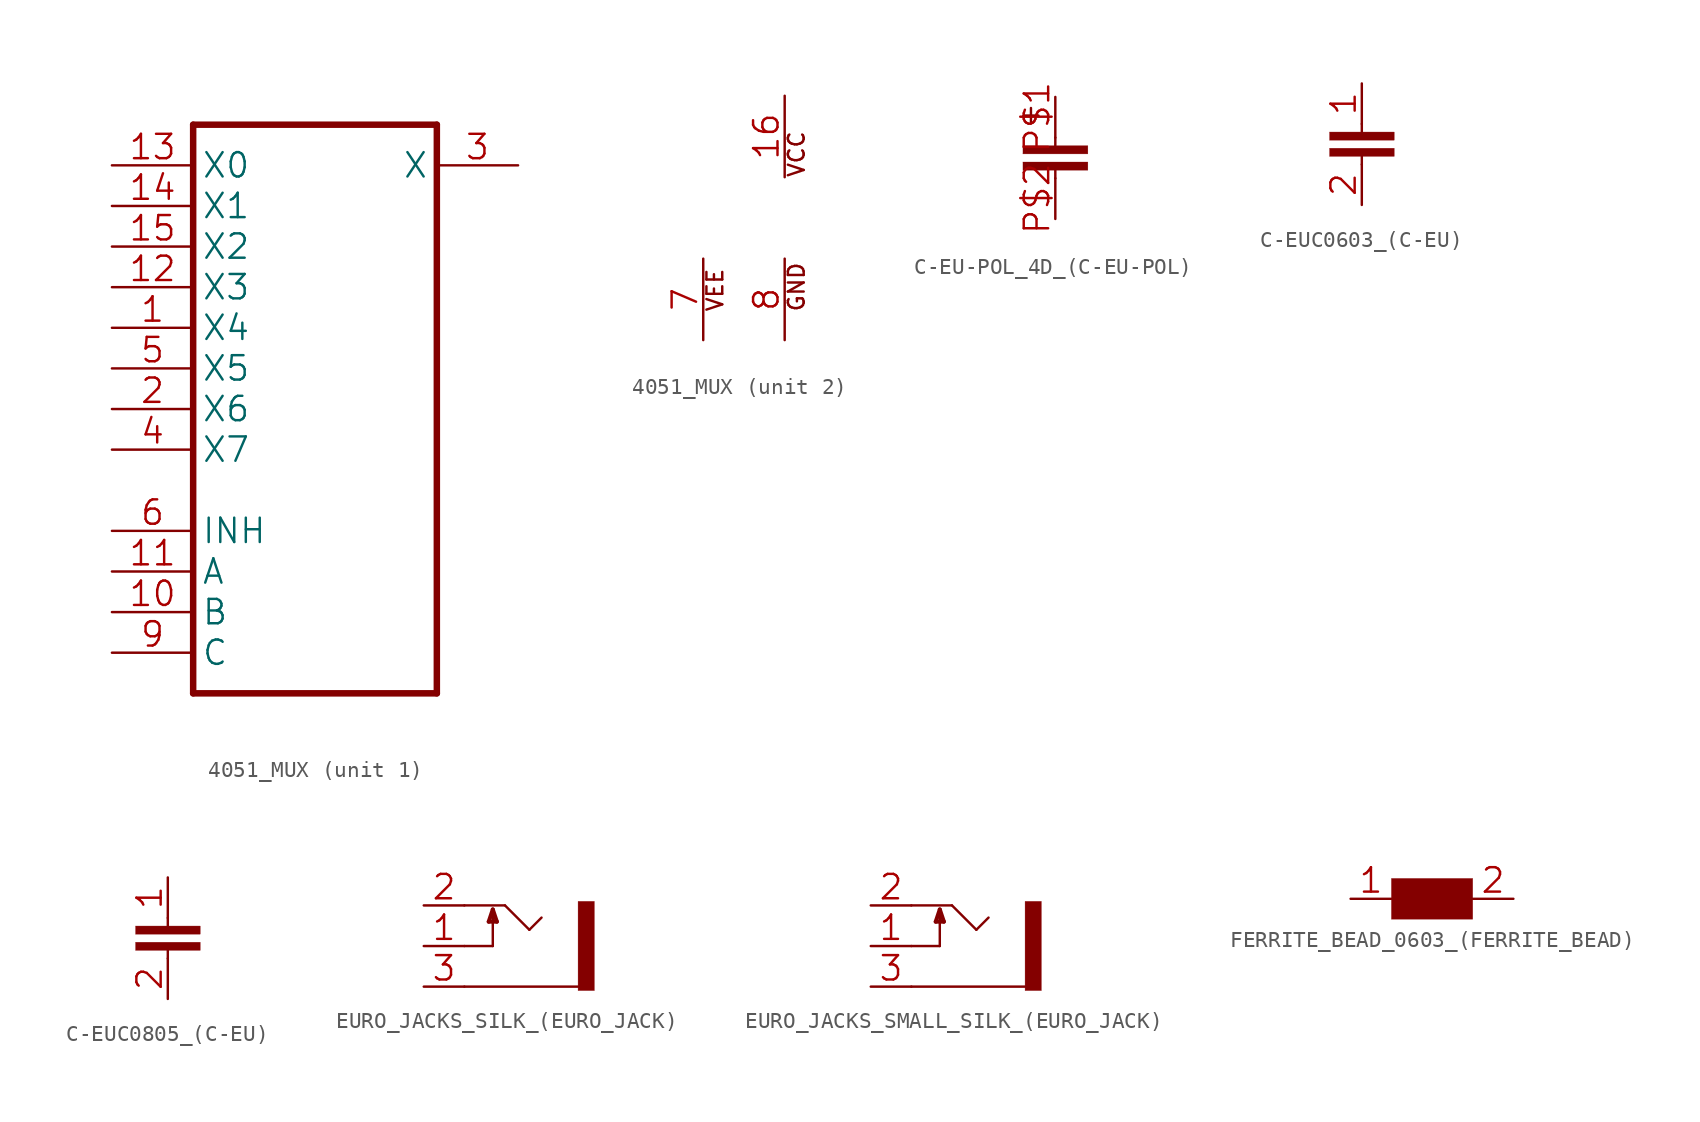
<source format=kicad_sym>
(kicad_symbol_lib
  (version 20241209)
  (generator "kicad_symbol_editor")
  (generator_version "9.0")
  (symbol "4051_MUX"
    (property "Reference" "U"
      (at 0 0 0)
      (effects (font (size 1.27 1.27)) (hide yes)))
    (property "ki_locked" ""
      (at 0 0 0)
      (effects (font (size 1.27 1.27))))
    (symbol "4051_MUX_1_0"
      (polyline (pts (xy -7.62 17.78) (xy -7.62 -17.78)) (stroke (width 0.406) (type solid)) (fill (type none)))
      (polyline (pts (xy -7.62 -17.78) (xy 7.62 -17.78)) (stroke (width 0.406) (type solid)) (fill (type none)))
      (polyline (pts (xy 7.62 17.78) (xy -7.62 17.78)) (stroke (width 0.406) (type solid)) (fill (type none)))
      (polyline (pts (xy 7.62 -17.78) (xy 7.62 17.78)) (stroke (width 0.406) (type solid)) (fill (type none)))
      (pin bidirectional line (at -12.7 15.24 0) (length 5.08) (name "X0" (effects (font (size 1.524 1.524)))) (number "13" (effects (font (size 1.524 1.524)))))
      (pin bidirectional line (at -12.7 12.7 0) (length 5.08) (name "X1" (effects (font (size 1.524 1.524)))) (number "14" (effects (font (size 1.524 1.524)))))
      (pin bidirectional line (at -12.7 10.16 0) (length 5.08) (name "X2" (effects (font (size 1.524 1.524)))) (number "15" (effects (font (size 1.524 1.524)))))
      (pin bidirectional line (at -12.7 7.62 0) (length 5.08) (name "X3" (effects (font (size 1.524 1.524)))) (number "12" (effects (font (size 1.524 1.524)))))
      (pin bidirectional line (at -12.7 5.08 0) (length 5.08) (name "X4" (effects (font (size 1.524 1.524)))) (number "1" (effects (font (size 1.524 1.524)))))
      (pin bidirectional line (at -12.7 2.54 0) (length 5.08) (name "X5" (effects (font (size 1.524 1.524)))) (number "5" (effects (font (size 1.524 1.524)))))
      (pin bidirectional line (at -12.7 0 0) (length 5.08) (name "X6" (effects (font (size 1.524 1.524)))) (number "2" (effects (font (size 1.524 1.524)))))
      (pin bidirectional line (at -12.7 -2.54 0) (length 5.08) (name "X7" (effects (font (size 1.524 1.524)))) (number "4" (effects (font (size 1.524 1.524)))))
      (pin input line (at -12.7 -7.62 0) (length 5.08) (name "INH" (effects (font (size 1.524 1.524)))) (number "6" (effects (font (size 1.524 1.524)))))
      (pin input line (at -12.7 -10.16 0) (length 5.08) (name "A" (effects (font (size 1.524 1.524)))) (number "11" (effects (font (size 1.524 1.524)))))
      (pin input line (at -12.7 -12.7 0) (length 5.08) (name "B" (effects (font (size 1.524 1.524)))) (number "10" (effects (font (size 1.524 1.524)))))
      (pin input line (at -12.7 -15.24 0) (length 5.08) (name "C" (effects (font (size 1.524 1.524)))) (number "9" (effects (font (size 1.524 1.524)))))
      (pin bidirectional line (at 12.7 15.24 180) (length 5.08) (name "X" (effects (font (size 1.524 1.524)))) (number "3" (effects (font (size 1.524 1.524))))))
    (symbol "4051_MUX_2_0"
      (text "VEE" (at -2.381 -5.913 900) (effects (font (size 0.987 0.987)) (justify left top)))
      (text "VCC" (at 2.699 2.469 900) (effects (font (size 0.987 0.987)) (justify left top)))
      (text "GND" (at 2.699 -5.913 900) (effects (font (size 0.987 0.987)) (justify left top)))
      (pin power_in line (at -2.54 -7.62 90) (length 5.08) (name "VEE" (effects (font (size 0 0)))) (number "7" (effects (font (size 1.524 1.524)))))
      (pin power_in line (at 2.54 7.62 270) (length 5.08) (name "VCC" (effects (font (size 0 0)))) (number "16" (effects (font (size 1.524 1.524)))))
      (pin power_in line (at 2.54 -7.62 90) (length 5.08) (name "GND" (effects (font (size 0 0)))) (number "8" (effects (font (size 1.524 1.524)))))))
  (symbol "C-EU-POL_4D_(C-EU-POL)"
    (property "Reference" "C"
      (at 0 0 0)
      (effects (font (size 1.27 1.27)) (hide yes)))
    (property "ki_locked" ""
      (at 0 0 0)
      (effects (font (size 1.27 1.27))))
    (symbol "C-EU-POL_4D_(C-EU-POL)_1_0"
      (polyline (pts (xy -2.032 0.762) (xy 2.032 0.762) (xy 2.032 0.254) (xy -2.032 0.254)) (stroke (width 0.002) (type solid)) (fill (type outline)))
      (polyline (pts (xy -2.032 -0.254) (xy 2.032 -0.254) (xy 2.032 -0.762) (xy -2.032 -0.762)) (stroke (width 0.002) (type solid)) (fill (type outline)))
      (polyline (pts (xy 0 1.27) (xy 0 0.762)) (stroke (width 0.152) (type solid)) (fill (type none)))
      (polyline (pts (xy 0 -1.27) (xy 0 -0.762)) (stroke (width 0.152) (type solid)) (fill (type none)))
      (text "+" (at -2.385 3.463 0) (effects (font (size 1.233 1.233)) (justify left top)))
      (pin passive line (at 0 3.81 270) (length 2.54) (name "POS" (effects (font (size 0 0)))) (number "P$1" (effects (font (size 1.524 1.524)))))
      (pin passive line (at 0 -3.81 90) (length 2.54) (name "NEG" (effects (font (size 0 0)))) (number "P$2" (effects (font (size 1.524 1.524)))))))
  (symbol "C-EUC0603_(C-EU)"
    (property "Reference" "C"
      (at 0 0 0)
      (effects (font (size 1.27 1.27)) (hide yes)))
    (property "ki_locked" ""
      (at 0 0 0)
      (effects (font (size 1.27 1.27))))
    (symbol "C-EUC0603_(C-EU)_1_0"
      (polyline (pts (xy -2.032 0.762) (xy 2.032 0.762) (xy 2.032 0.254) (xy -2.032 0.254)) (stroke (width 0.002) (type solid)) (fill (type outline)))
      (polyline (pts (xy -2.032 -0.254) (xy 2.032 -0.254) (xy 2.032 -0.762) (xy -2.032 -0.762)) (stroke (width 0.002) (type solid)) (fill (type outline)))
      (polyline (pts (xy 0 1.27) (xy 0 0.762)) (stroke (width 0.152) (type solid)) (fill (type none)))
      (polyline (pts (xy 0 -1.27) (xy 0 -0.762)) (stroke (width 0.152) (type solid)) (fill (type none)))
      (pin passive line (at 0 3.81 270) (length 2.54) (name "1" (effects (font (size 0 0)))) (number "1" (effects (font (size 1.524 1.524)))))
      (pin passive line (at 0 -3.81 90) (length 2.54) (name "2" (effects (font (size 0 0)))) (number "2" (effects (font (size 1.524 1.524)))))))
  (symbol "C-EUC0805_(C-EU)"
    (property "Reference" "C"
      (at 0 0 0)
      (effects (font (size 1.27 1.27)) (hide yes)))
    (property "ki_locked" ""
      (at 0 0 0)
      (effects (font (size 1.27 1.27))))
    (symbol "C-EUC0805_(C-EU)_1_0"
      (polyline (pts (xy -2.032 0.762) (xy 2.032 0.762) (xy 2.032 0.254) (xy -2.032 0.254)) (stroke (width 0.002) (type solid)) (fill (type outline)))
      (polyline (pts (xy -2.032 -0.254) (xy 2.032 -0.254) (xy 2.032 -0.762) (xy -2.032 -0.762)) (stroke (width 0.002) (type solid)) (fill (type outline)))
      (polyline (pts (xy 0 1.27) (xy 0 0.762)) (stroke (width 0.152) (type solid)) (fill (type none)))
      (polyline (pts (xy 0 -1.27) (xy 0 -0.762)) (stroke (width 0.152) (type solid)) (fill (type none)))
      (pin passive line (at 0 3.81 270) (length 2.54) (name "1" (effects (font (size 0 0)))) (number "1" (effects (font (size 1.524 1.524)))))
      (pin passive line (at 0 -3.81 90) (length 2.54) (name "2" (effects (font (size 0 0)))) (number "2" (effects (font (size 1.524 1.524)))))))
  (symbol "EURO_JACKS_SILK_(EURO_JACK)"
    (property "Reference" "J_DENS"
      (at 0 0 0)
      (effects (font (size 1.27 1.27)) (hide yes)))
    (property "ki_locked" ""
      (at 0 0 0)
      (effects (font (size 1.27 1.27))))
    (symbol "EURO_JACKS_SILK_(EURO_JACK)_1_0"
      (polyline (pts (xy -4.064 2.54) (xy -1.524 2.54)) (stroke (width 0.152) (type solid)) (fill (type none)))
      (polyline (pts (xy -4.064 0) (xy -2.286 0)) (stroke (width 0.152) (type solid)) (fill (type none)))
      (polyline (pts (xy -4.064 -2.54) (xy 3.048 -2.54)) (stroke (width 0.152) (type solid)) (fill (type none)))
      (polyline (pts (xy -2.54 1.524) (xy -2.032 1.524)) (stroke (width 0.254) (type solid)) (fill (type none)))
      (polyline (pts (xy -2.286 2.286) (xy -2.54 1.524)) (stroke (width 0.254) (type solid)) (fill (type none)))
      (polyline (pts (xy -2.286 0) (xy -2.286 2.286)) (stroke (width 0.152) (type solid)) (fill (type none)))
      (polyline (pts (xy -2.032 1.524) (xy -2.286 2.286)) (stroke (width 0.254) (type solid)) (fill (type none)))
      (polyline (pts (xy -1.524 2.54) (xy 0 1.016)) (stroke (width 0.152) (type solid)) (fill (type none)))
      (polyline (pts (xy 0 1.016) (xy 0.762 1.778)) (stroke (width 0.152) (type solid)) (fill (type none)))
      (polyline (pts (xy 3.048 -2.794) (xy 3.048 2.794) (xy 4.064 2.794) (xy 4.064 -2.794)) (stroke (width 0.002) (type solid)) (fill (type outline)))
      (pin passive line (at -6.604 2.54 0) (length 2.54) (name "TIP" (effects (font (size 0 0)))) (number "2" (effects (font (size 1.524 1.524)))))
      (pin passive line (at -6.604 0 0) (length 2.54) (name "NORM" (effects (font (size 0 0)))) (number "1" (effects (font (size 1.524 1.524)))))
      (pin passive line (at -6.604 -2.54 0) (length 2.54) (name "GND" (effects (font (size 0 0)))) (number "3" (effects (font (size 1.524 1.524)))))))
  (symbol "EURO_JACKS_SMALL_SILK_(EURO_JACK)"
    (property "Reference" "J_AUX"
      (at 0 0 0)
      (effects (font (size 1.27 1.27)) (hide yes)))
    (property "ki_locked" ""
      (at 0 0 0)
      (effects (font (size 1.27 1.27))))
    (symbol "EURO_JACKS_SMALL_SILK_(EURO_JACK)_1_0"
      (polyline (pts (xy -4.064 2.54) (xy -1.524 2.54)) (stroke (width 0.152) (type solid)) (fill (type none)))
      (polyline (pts (xy -4.064 0) (xy -2.286 0)) (stroke (width 0.152) (type solid)) (fill (type none)))
      (polyline (pts (xy -4.064 -2.54) (xy 3.048 -2.54)) (stroke (width 0.152) (type solid)) (fill (type none)))
      (polyline (pts (xy -2.54 1.524) (xy -2.032 1.524)) (stroke (width 0.254) (type solid)) (fill (type none)))
      (polyline (pts (xy -2.286 2.286) (xy -2.54 1.524)) (stroke (width 0.254) (type solid)) (fill (type none)))
      (polyline (pts (xy -2.286 0) (xy -2.286 2.286)) (stroke (width 0.152) (type solid)) (fill (type none)))
      (polyline (pts (xy -2.032 1.524) (xy -2.286 2.286)) (stroke (width 0.254) (type solid)) (fill (type none)))
      (polyline (pts (xy -1.524 2.54) (xy 0 1.016)) (stroke (width 0.152) (type solid)) (fill (type none)))
      (polyline (pts (xy 0 1.016) (xy 0.762 1.778)) (stroke (width 0.152) (type solid)) (fill (type none)))
      (polyline (pts (xy 3.048 -2.794) (xy 3.048 2.794) (xy 4.064 2.794) (xy 4.064 -2.794)) (stroke (width 0.002) (type solid)) (fill (type outline)))
      (pin passive line (at -6.604 2.54 0) (length 2.54) (name "TIP" (effects (font (size 0 0)))) (number "2" (effects (font (size 1.524 1.524)))))
      (pin passive line (at -6.604 0 0) (length 2.54) (name "NORM" (effects (font (size 0 0)))) (number "1" (effects (font (size 1.524 1.524)))))
      (pin passive line (at -6.604 -2.54 0) (length 2.54) (name "GND" (effects (font (size 0 0)))) (number "3" (effects (font (size 1.524 1.524)))))))
  (symbol "FERRITE_BEAD_0603_(FERRITE_BEAD)"
    (property "Reference" "FB"
      (at 0 0 0)
      (effects (font (size 1.27 1.27)) (hide yes)))
    (property "ki_locked" ""
      (at 0 0 0)
      (effects (font (size 1.27 1.27))))
    (symbol "FERRITE_BEAD_0603_(FERRITE_BEAD)_1_0"
      (polyline (pts (xy -2.54 1.27) (xy 2.54 1.27) (xy 2.54 -1.27) (xy -2.54 -1.27)) (stroke (width 0.002) (type solid)) (fill (type outline)))
      (pin passive line (at -5.08 0 0) (length 2.54) (name "1" (effects (font (size 0 0)))) (number "1" (effects (font (size 1.524 1.524)))))
      (pin passive line (at 5.08 0 180) (length 2.54) (name "2" (effects (font (size 0 0)))) (number "2" (effects (font (size 1.524 1.524))))))))
</source>
